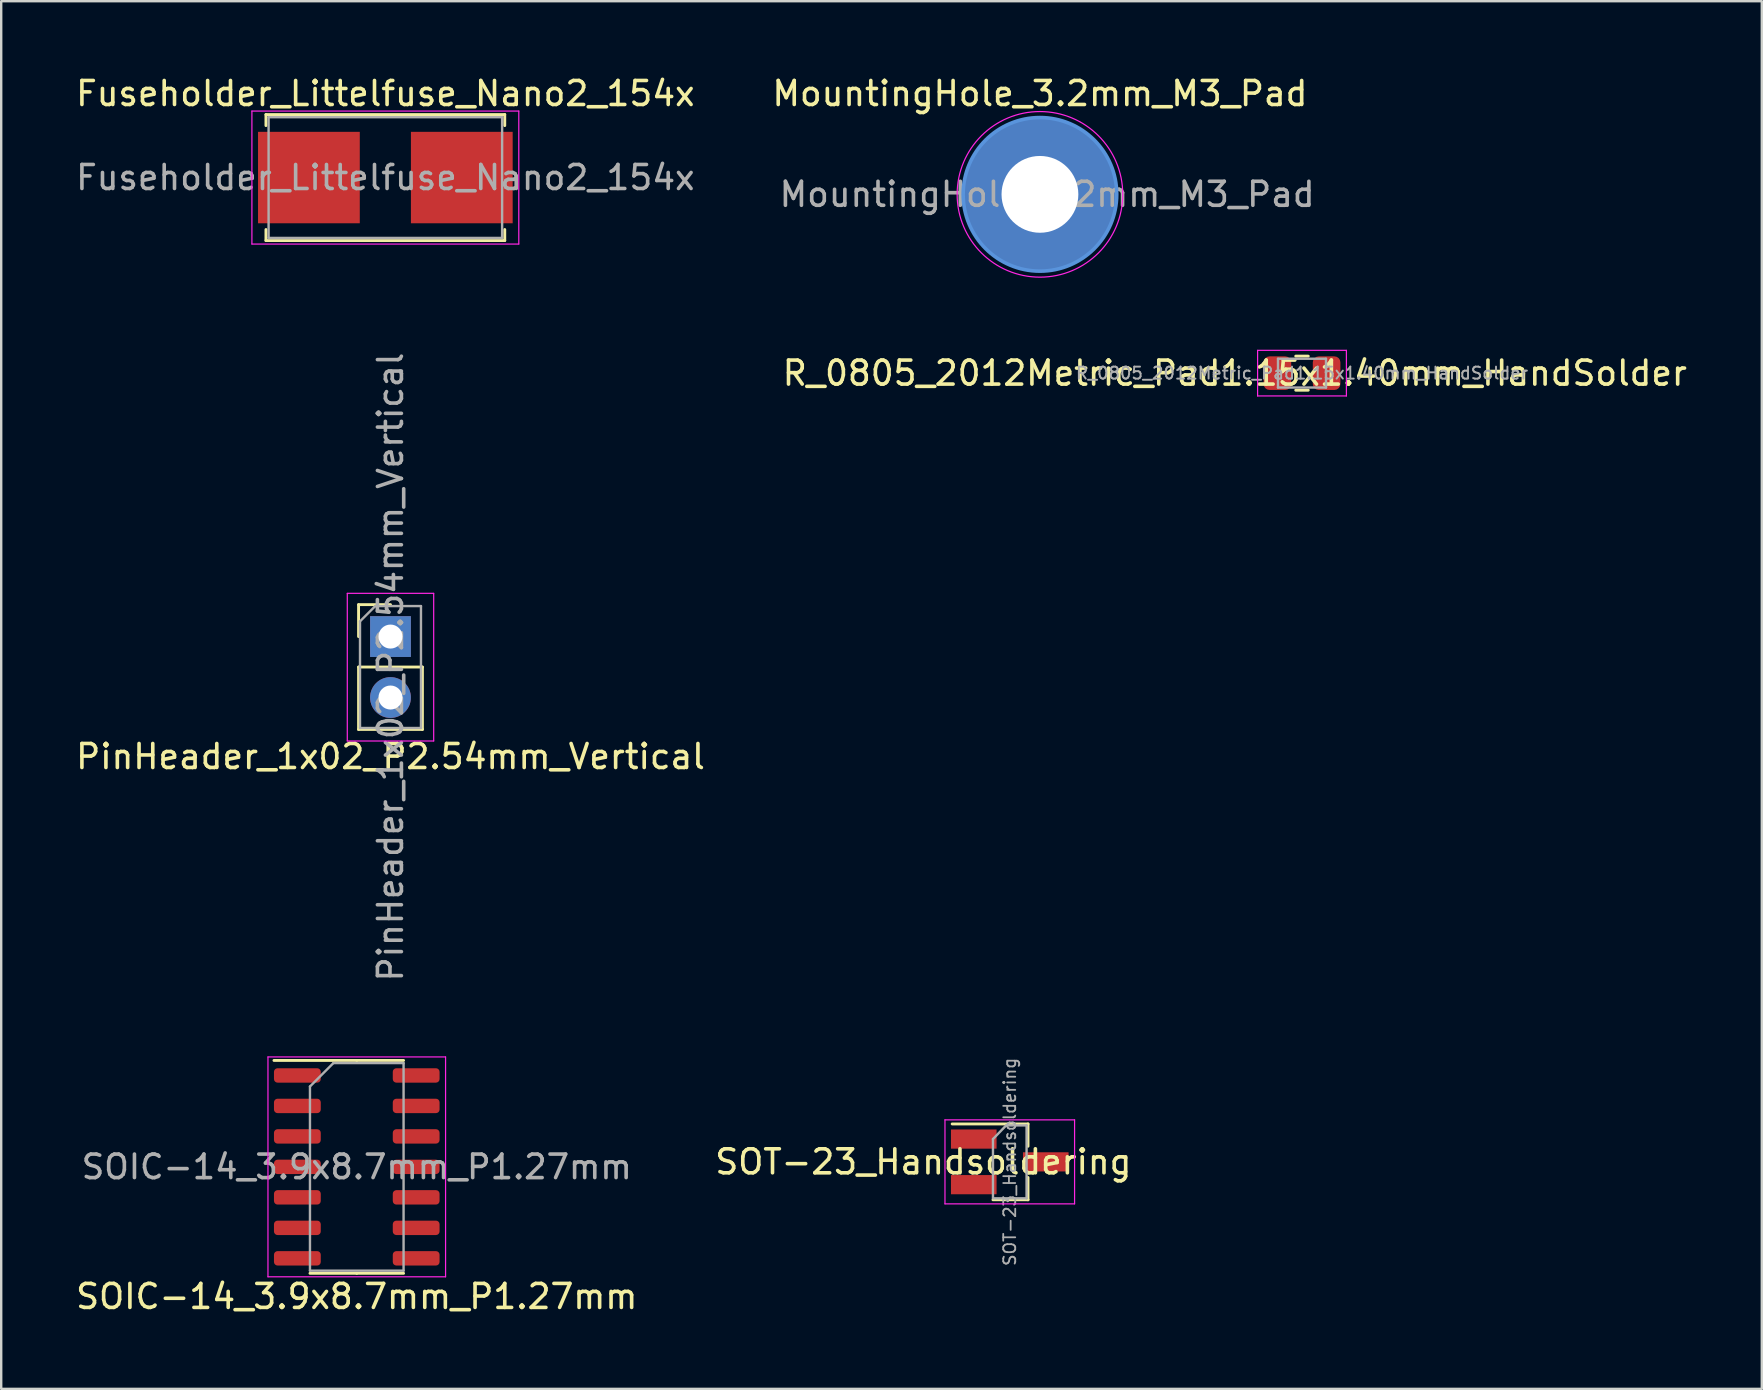
<source format=kicad_pcb>
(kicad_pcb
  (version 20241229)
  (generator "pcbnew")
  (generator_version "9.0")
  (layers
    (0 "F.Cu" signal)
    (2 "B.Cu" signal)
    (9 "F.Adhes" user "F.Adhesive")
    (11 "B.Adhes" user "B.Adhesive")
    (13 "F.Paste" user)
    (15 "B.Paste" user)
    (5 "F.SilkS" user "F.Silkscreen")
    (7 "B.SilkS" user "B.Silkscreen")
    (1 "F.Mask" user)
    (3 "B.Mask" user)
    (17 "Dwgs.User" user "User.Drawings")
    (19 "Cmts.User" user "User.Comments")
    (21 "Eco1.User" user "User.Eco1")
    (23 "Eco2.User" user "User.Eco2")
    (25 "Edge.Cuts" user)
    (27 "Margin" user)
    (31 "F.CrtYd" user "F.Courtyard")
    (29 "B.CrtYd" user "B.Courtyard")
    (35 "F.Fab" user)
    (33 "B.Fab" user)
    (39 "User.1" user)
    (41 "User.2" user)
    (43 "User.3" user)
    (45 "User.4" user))
  (footprint "PinHeader_1x02_P2.54mm_Vertical"
    (layer "F.Cu")
    (at 13.22 23.473)
    (property "Reference" "PinHeader_1x02_P2.54mm_Vertical" (at 0 5 0) (layer "F.SilkS") (effects (font (size 1 1) (thickness 0.15))))
    (attr through_hole)
    (fp_line (start -1.33 -1.33) (end 0 -1.33) (stroke (width 0.12) (type solid)) (layer "F.SilkS"))
    (fp_line (start -1.33 0) (end -1.33 -1.33) (stroke (width 0.12) (type solid)) (layer "F.SilkS"))
    (fp_line (start -1.33 1.27) (end -1.33 3.87) (stroke (width 0.12) (type solid)) (layer "F.SilkS"))
    (fp_line (start -1.33 1.27) (end 1.33 1.27) (stroke (width 0.12) (type solid)) (layer "F.SilkS"))
    (fp_line (start -1.33 3.87) (end 1.33 3.87) (stroke (width 0.12) (type solid)) (layer "F.SilkS"))
    (fp_line (start 1.33 1.27) (end 1.33 3.87) (stroke (width 0.12) (type solid)) (layer "F.SilkS"))
    (fp_line (start -1.8 -1.8) (end -1.8 4.35) (stroke (width 0.05) (type solid)) (layer "F.CrtYd"))
    (fp_line (start -1.8 4.35) (end 1.8 4.35) (stroke (width 0.05) (type solid)) (layer "F.CrtYd"))
    (fp_line (start 1.8 -1.8) (end -1.8 -1.8) (stroke (width 0.05) (type solid)) (layer "F.CrtYd"))
    (fp_line (start 1.8 4.35) (end 1.8 -1.8) (stroke (width 0.05) (type solid)) (layer "F.CrtYd"))
    (fp_line (start -1.27 -0.635) (end -0.635 -1.27) (stroke (width 0.1) (type solid)) (layer "F.Fab"))
    (fp_line (start -1.27 3.81) (end -1.27 -0.635) (stroke (width 0.1) (type solid)) (layer "F.Fab"))
    (fp_line (start -0.635 -1.27) (end 1.27 -1.27) (stroke (width 0.1) (type solid)) (layer "F.Fab"))
    (fp_line (start 1.27 -1.27) (end 1.27 3.81) (stroke (width 0.1) (type solid)) (layer "F.Fab"))
    (fp_line (start 1.27 3.81) (end -1.27 3.81) (stroke (width 0.1) (type solid)) (layer "F.Fab"))
    (fp_text user "${REFERENCE}" (at 0 1.27 90) (layer "F.Fab") (effects (font (size 1 1) (thickness 0.15))))
    (pad "1" thru_hole rect (at 0 0) (size 1.7 1.7) (drill 1) (layers "*.Cu" "*.Mask"))
    (pad "2" thru_hole oval (at 0 2.54) (size 1.7 1.7) (drill 1) (layers "*.Cu" "*.Mask")))
  (footprint "SOIC-14_3.9x8.7mm_P1.27mm"
    (layer "F.Cu")
    (at 11.815 45.569)
    (property "Reference" "SOIC-14_3.9x8.7mm_P1.27mm" (at 0 5.4 0) (layer "F.SilkS") (effects (font (size 1 1) (thickness 0.15))))
    (attr smd)
    (fp_line (start 0 -4.435) (end -3.45 -4.435) (stroke (width 0.12) (type solid)) (layer "F.SilkS"))
    (fp_line (start 0 -4.435) (end 1.95 -4.435) (stroke (width 0.12) (type solid)) (layer "F.SilkS"))
    (fp_line (start 0 4.435) (end -1.95 4.435) (stroke (width 0.12) (type solid)) (layer "F.SilkS"))
    (fp_line (start 0 4.435) (end 1.95 4.435) (stroke (width 0.12) (type solid)) (layer "F.SilkS"))
    (fp_line (start -3.7 -4.58) (end -3.7 4.58) (stroke (width 0.05) (type solid)) (layer "F.CrtYd"))
    (fp_line (start -3.7 4.58) (end 3.7 4.58) (stroke (width 0.05) (type solid)) (layer "F.CrtYd"))
    (fp_line (start 3.7 -4.58) (end -3.7 -4.58) (stroke (width 0.05) (type solid)) (layer "F.CrtYd"))
    (fp_line (start 3.7 4.58) (end 3.7 -4.58) (stroke (width 0.05) (type solid)) (layer "F.CrtYd"))
    (fp_line (start -1.95 -3.35) (end -0.975 -4.325) (stroke (width 0.1) (type solid)) (layer "F.Fab"))
    (fp_line (start -1.95 4.325) (end -1.95 -3.35) (stroke (width 0.1) (type solid)) (layer "F.Fab"))
    (fp_line (start -0.975 -4.325) (end 1.95 -4.325) (stroke (width 0.1) (type solid)) (layer "F.Fab"))
    (fp_line (start 1.95 -4.325) (end 1.95 4.325) (stroke (width 0.1) (type solid)) (layer "F.Fab"))
    (fp_line (start 1.95 4.325) (end -1.95 4.325) (stroke (width 0.1) (type solid)) (layer "F.Fab"))
    (fp_text user "${REFERENCE}" (at 0 0 0) (layer "F.Fab") (effects (font (size 0.98 0.98) (thickness 0.15))))
    (pad "1" smd roundrect (at -2.475 -3.81) (size 1.95 0.6) (layers "F.Cu" "F.Mask" "F.Paste") (roundrect_rratio 0.25))
    (pad "2" smd roundrect (at -2.475 -2.54) (size 1.95 0.6) (layers "F.Cu" "F.Mask" "F.Paste") (roundrect_rratio 0.25))
    (pad "3" smd roundrect (at -2.475 -1.27) (size 1.95 0.6) (layers "F.Cu" "F.Mask" "F.Paste") (roundrect_rratio 0.25))
    (pad "4" smd roundrect (at -2.475 0) (size 1.95 0.6) (layers "F.Cu" "F.Mask" "F.Paste") (roundrect_rratio 0.25))
    (pad "5" smd roundrect (at -2.475 1.27) (size 1.95 0.6) (layers "F.Cu" "F.Mask" "F.Paste") (roundrect_rratio 0.25))
    (pad "6" smd roundrect (at -2.475 2.54) (size 1.95 0.6) (layers "F.Cu" "F.Mask" "F.Paste") (roundrect_rratio 0.25))
    (pad "7" smd roundrect (at -2.475 3.81) (size 1.95 0.6) (layers "F.Cu" "F.Mask" "F.Paste") (roundrect_rratio 0.25))
    (pad "8" smd roundrect (at 2.475 3.81) (size 1.95 0.6) (layers "F.Cu" "F.Mask" "F.Paste") (roundrect_rratio 0.25))
    (pad "9" smd roundrect (at 2.475 2.54) (size 1.95 0.6) (layers "F.Cu" "F.Mask" "F.Paste") (roundrect_rratio 0.25))
    (pad "10" smd roundrect (at 2.475 1.27) (size 1.95 0.6) (layers "F.Cu" "F.Mask" "F.Paste") (roundrect_rratio 0.25))
    (pad "11" smd roundrect (at 2.475 0) (size 1.95 0.6) (layers "F.Cu" "F.Mask" "F.Paste") (roundrect_rratio 0.25))
    (pad "12" smd roundrect (at 2.475 -1.27) (size 1.95 0.6) (layers "F.Cu" "F.Mask" "F.Paste") (roundrect_rratio 0.25))
    (pad "13" smd roundrect (at 2.475 -2.54) (size 1.95 0.6) (layers "F.Cu" "F.Mask" "F.Paste") (roundrect_rratio 0.25))
    (pad "14" smd roundrect (at 2.475 -3.81) (size 1.95 0.6) (layers "F.Cu" "F.Mask" "F.Paste") (roundrect_rratio 0.25)))
  (footprint "MountingHole_3.2mm_M3_Pad"
    (layer "F.Cu")
    (at 40.28 5.048)
    (property "Reference" "MountingHole_3.2mm_M3_Pad" (at 0 -4.2 0) (layer "F.SilkS") (effects (font (size 1 1) (thickness 0.15))))
    (attr exclude_from_pos_files exclude_from_bom)
    (fp_circle (center 0 0) (end 3.2 0) (stroke (width 0.15) (type solid)) (fill no) (layer "Cmts.User"))
    (fp_circle (center 0 0) (end 3.45 0) (stroke (width 0.05) (type solid)) (fill no) (layer "F.CrtYd"))
    (fp_text user "${REFERENCE}" (at 0.3 0 0) (layer "F.Fab") (effects (font (size 1 1) (thickness 0.15))))
    (pad "1" thru_hole circle (at 0 0) (size 6.4 6.4) (drill 3.2) (layers "*.Cu" "*.Mask")))
  (footprint "R_0805_2012Metric_Pad1.15x1.40mm_HandSolder"
    (layer "F.Cu")
    (at 51.199 12.498)
    (property "Reference" "R_0805_2012Metric_Pad1.15x1.40mm_HandSolder" (at -2.8 0 180) (layer "F.SilkS") (effects (font (size 1 1) (thickness 0.15))))
    (attr smd)
    (fp_line (start -0.261 -0.71) (end 0.261 -0.71) (stroke (width 0.12) (type solid)) (layer "F.SilkS"))
    (fp_line (start -0.261 0.71) (end 0.261 0.71) (stroke (width 0.12) (type solid)) (layer "F.SilkS"))
    (fp_line (start -1.85 -0.95) (end 1.85 -0.95) (stroke (width 0.05) (type solid)) (layer "F.CrtYd"))
    (fp_line (start -1.85 0.95) (end -1.85 -0.95) (stroke (width 0.05) (type solid)) (layer "F.CrtYd"))
    (fp_line (start 1.85 -0.95) (end 1.85 0.95) (stroke (width 0.05) (type solid)) (layer "F.CrtYd"))
    (fp_line (start 1.85 0.95) (end -1.85 0.95) (stroke (width 0.05) (type solid)) (layer "F.CrtYd"))
    (fp_line (start -1 -0.6) (end 1 -0.6) (stroke (width 0.1) (type solid)) (layer "F.Fab"))
    (fp_line (start -1 0.6) (end -1 -0.6) (stroke (width 0.1) (type solid)) (layer "F.Fab"))
    (fp_line (start 1 -0.6) (end 1 0.6) (stroke (width 0.1) (type solid)) (layer "F.Fab"))
    (fp_line (start 1 0.6) (end -1 0.6) (stroke (width 0.1) (type solid)) (layer "F.Fab"))
    (fp_text user "${REFERENCE}" (at 0 0 180) (layer "F.Fab") (effects (font (size 0.5 0.5) (thickness 0.08))))
    (pad "1" smd roundrect (at -1.025 0) (size 1.15 1.4) (layers "F.Cu" "F.Mask" "F.Paste") (roundrect_rratio 0.217))
    (pad "2" smd roundrect (at 1.025 0) (size 1.15 1.4) (layers "F.Cu" "F.Mask" "F.Paste") (roundrect_rratio 0.217)))
  (footprint "Fuseholder_Littelfuse_Nano2_154x"
    (layer "F.Cu")
    (at 13.006 4.348)
    (property "Reference" "Fuseholder_Littelfuse_Nano2_154x" (at 0 -3.5 0) (unlocked yes) (layer "F.SilkS") (effects (font (size 1 1) (thickness 0.15))))
    (attr smd)
    (fp_line (start -4.975 -2.625) (end -4.975 -2.165) (stroke (width 0.12) (type solid)) (layer "F.SilkS"))
    (fp_line (start -4.975 -2.625) (end 4.975 -2.625) (stroke (width 0.12) (type solid)) (layer "F.SilkS"))
    (fp_line (start -4.975 2.165) (end -4.975 2.625) (stroke (width 0.12) (type solid)) (layer "F.SilkS"))
    (fp_line (start -4.975 2.625) (end 4.975 2.625) (stroke (width 0.12) (type solid)) (layer "F.SilkS"))
    (fp_line (start 4.975 -2.625) (end 4.975 -2.165) (stroke (width 0.12) (type solid)) (layer "F.SilkS"))
    (fp_line (start 4.975 2.625) (end 4.975 2.165) (stroke (width 0.12) (type solid)) (layer "F.SilkS"))
    (fp_line (start -5.56 -2.77) (end -5.56 2.77) (stroke (width 0.05) (type solid)) (layer "F.CrtYd"))
    (fp_line (start -5.56 -2.77) (end 5.56 -2.77) (stroke (width 0.05) (type solid)) (layer "F.CrtYd"))
    (fp_line (start -5.56 2.77) (end 5.56 2.77) (stroke (width 0.05) (type solid)) (layer "F.CrtYd"))
    (fp_line (start 5.56 -2.77) (end 5.56 2.77) (stroke (width 0.05) (type solid)) (layer "F.CrtYd"))
    (fp_line (start -4.865 -2.515) (end -4.865 2.515) (stroke (width 0.1) (type solid)) (layer "F.Fab"))
    (fp_line (start -4.865 -2.515) (end 4.865 -2.515) (stroke (width 0.1) (type solid)) (layer "F.Fab"))
    (fp_line (start -4.865 2.515) (end 4.865 2.515) (stroke (width 0.1) (type solid)) (layer "F.Fab"))
    (fp_line (start 4.865 2.515) (end 4.865 -2.515) (stroke (width 0.1) (type solid)) (layer "F.Fab"))
    (fp_text user "${REFERENCE}" (at 0 0 0) (layer "F.Fab") (effects (font (size 1 1) (thickness 0.15))))
    (pad "1" smd rect (at -3.185 0) (size 4.24 3.81) (layers "F.Cu" "F.Mask" "F.Paste"))
    (pad "2" smd rect (at 3.185 0) (size 4.24 3.81) (layers "F.Cu" "F.Mask" "F.Paste")))
  (footprint "SOT-23_Handsoldering"
    (layer "F.Cu")
    (at 39.023 45.36)
    (property "Reference" "SOT-23_Handsoldering" (at -3.6 0 180) (layer "F.SilkS") (effects (font (size 1 1) (thickness 0.15))))
    (attr smd)
    (fp_line (start 0.76 -1.58) (end -2.4 -1.58) (stroke (width 0.12) (type solid)) (layer "F.SilkS"))
    (fp_line (start 0.76 -1.58) (end 0.76 -0.65) (stroke (width 0.12) (type solid)) (layer "F.SilkS"))
    (fp_line (start 0.76 1.58) (end -0.7 1.58) (stroke (width 0.12) (type solid)) (layer "F.SilkS"))
    (fp_line (start 0.76 1.58) (end 0.76 0.65) (stroke (width 0.12) (type solid)) (layer "F.SilkS"))
    (fp_line (start -2.7 -1.75) (end 2.7 -1.75) (stroke (width 0.05) (type solid)) (layer "F.CrtYd"))
    (fp_line (start -2.7 1.75) (end -2.7 -1.75) (stroke (width 0.05) (type solid)) (layer "F.CrtYd"))
    (fp_line (start 2.7 -1.75) (end 2.7 1.75) (stroke (width 0.05) (type solid)) (layer "F.CrtYd"))
    (fp_line (start 2.7 1.75) (end -2.7 1.75) (stroke (width 0.05) (type solid)) (layer "F.CrtYd"))
    (fp_line (start -0.7 -0.95) (end -0.7 1.5) (stroke (width 0.1) (type solid)) (layer "F.Fab"))
    (fp_line (start -0.7 -0.95) (end -0.15 -1.52) (stroke (width 0.1) (type solid)) (layer "F.Fab"))
    (fp_line (start -0.7 1.52) (end 0.7 1.52) (stroke (width 0.1) (type solid)) (layer "F.Fab"))
    (fp_line (start -0.15 -1.52) (end 0.7 -1.52) (stroke (width 0.1) (type solid)) (layer "F.Fab"))
    (fp_line (start 0.7 -1.52) (end 0.7 1.52) (stroke (width 0.1) (type solid)) (layer "F.Fab"))
    (fp_text user "${REFERENCE}" (at 0 0 90) (layer "F.Fab") (effects (font (size 0.5 0.5) (thickness 0.075))))
    (pad "1" smd rect (at -1.5 -0.95) (size 1.9 0.8) (layers "F.Cu" "F.Mask" "F.Paste"))
    (pad "2" smd rect (at -1.5 0.95) (size 1.9 0.8) (layers "F.Cu" "F.Mask" "F.Paste"))
    (pad "3" smd rect (at 1.5 0) (size 1.9 0.8) (layers "F.Cu" "F.Mask" "F.Paste")))
  (gr_rect
    (start -3 -3)
    (end 70.357 54.817)
    (stroke (width 0.1) (type default))
    (fill no)
    (layer "Edge.Cuts")))
</source>
